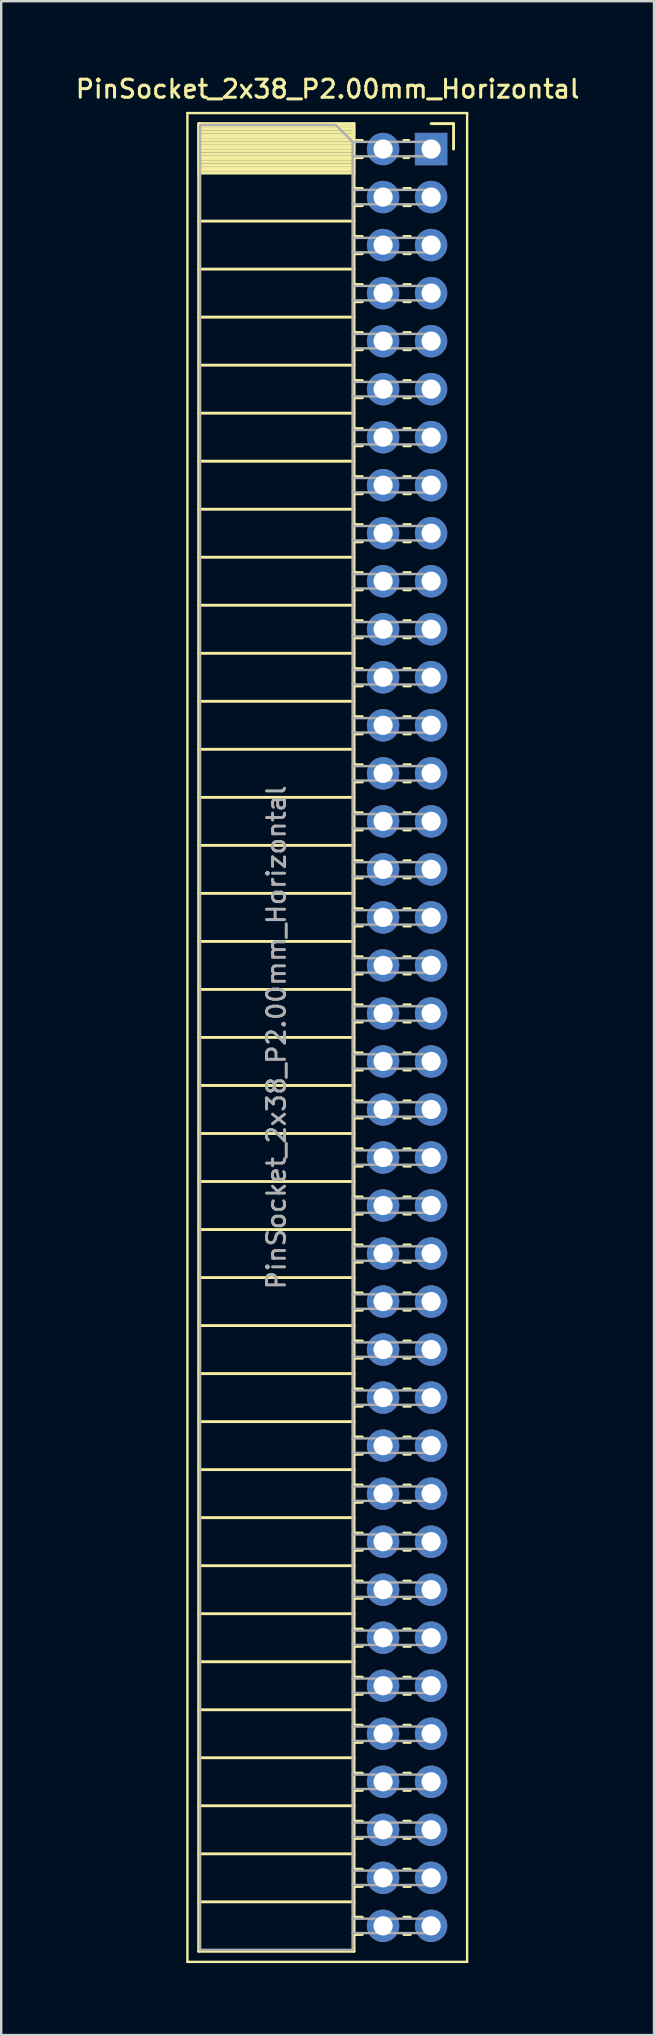
<source format=kicad_pcb>
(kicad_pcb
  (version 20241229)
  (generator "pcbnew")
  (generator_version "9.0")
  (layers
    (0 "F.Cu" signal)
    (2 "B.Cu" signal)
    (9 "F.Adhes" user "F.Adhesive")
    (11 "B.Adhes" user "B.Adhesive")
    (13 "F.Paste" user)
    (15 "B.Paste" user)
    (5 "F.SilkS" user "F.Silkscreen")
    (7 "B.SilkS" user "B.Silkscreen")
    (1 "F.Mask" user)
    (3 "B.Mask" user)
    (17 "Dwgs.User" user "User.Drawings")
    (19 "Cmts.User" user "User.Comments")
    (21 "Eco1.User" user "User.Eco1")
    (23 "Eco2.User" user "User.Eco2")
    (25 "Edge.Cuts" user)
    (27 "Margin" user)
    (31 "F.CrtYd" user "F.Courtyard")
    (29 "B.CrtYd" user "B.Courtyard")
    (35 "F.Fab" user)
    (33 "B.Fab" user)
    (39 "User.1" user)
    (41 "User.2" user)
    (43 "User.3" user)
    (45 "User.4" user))
  (footprint "PinSocket_2x38_P2.00mm_Horizontal"
    (layer "F.Cu")
    (at 14.905 3.158)
    (property "Reference" "PinSocket_2x38_P2.00mm_Horizontal" (at -4.31 -2.5 0) (layer "F.SilkS") (effects (font (size 0.75 0.75) (thickness 0.125))))
    (attr through_hole)
    (fp_line (start -10.15 -1.5) (end -10.15 75.5) (stroke (width 0.1) (type solid)) (layer "F.SilkS"))
    (fp_line (start -10.15 75.5) (end 1.5 75.5) (stroke (width 0.1) (type solid)) (layer "F.SilkS"))
    (fp_line (start -9.68 -1.06) (end -9.68 75.06) (stroke (width 0.12) (type solid)) (layer "F.SilkS"))
    (fp_line (start -9.68 -1.06) (end -3.21 -1.06) (stroke (width 0.12) (type solid)) (layer "F.SilkS"))
    (fp_line (start -9.68 -0.94) (end -3.21 -0.94) (stroke (width 0.12) (type solid)) (layer "F.SilkS"))
    (fp_line (start -9.68 -0.826) (end -3.21 -0.826) (stroke (width 0.12) (type solid)) (layer "F.SilkS"))
    (fp_line (start -9.68 -0.712) (end -3.21 -0.712) (stroke (width 0.12) (type solid)) (layer "F.SilkS"))
    (fp_line (start -9.68 -0.598) (end -3.21 -0.598) (stroke (width 0.12) (type solid)) (layer "F.SilkS"))
    (fp_line (start -9.68 -0.484) (end -3.21 -0.484) (stroke (width 0.12) (type solid)) (layer "F.SilkS"))
    (fp_line (start -9.68 -0.369) (end -3.21 -0.369) (stroke (width 0.12) (type solid)) (layer "F.SilkS"))
    (fp_line (start -9.68 -0.255) (end -3.21 -0.255) (stroke (width 0.12) (type solid)) (layer "F.SilkS"))
    (fp_line (start -9.68 -0.141) (end -3.21 -0.141) (stroke (width 0.12) (type solid)) (layer "F.SilkS"))
    (fp_line (start -9.68 -0.027) (end -3.21 -0.027) (stroke (width 0.12) (type solid)) (layer "F.SilkS"))
    (fp_line (start -9.68 0.087) (end -3.21 0.087) (stroke (width 0.12) (type solid)) (layer "F.SilkS"))
    (fp_line (start -9.68 0.201) (end -3.21 0.201) (stroke (width 0.12) (type solid)) (layer "F.SilkS"))
    (fp_line (start -9.68 0.315) (end -3.21 0.315) (stroke (width 0.12) (type solid)) (layer "F.SilkS"))
    (fp_line (start -9.68 0.429) (end -3.21 0.429) (stroke (width 0.12) (type solid)) (layer "F.SilkS"))
    (fp_line (start -9.68 0.544) (end -3.21 0.544) (stroke (width 0.12) (type solid)) (layer "F.SilkS"))
    (fp_line (start -9.68 0.658) (end -3.21 0.658) (stroke (width 0.12) (type solid)) (layer "F.SilkS"))
    (fp_line (start -9.68 0.772) (end -3.21 0.772) (stroke (width 0.12) (type solid)) (layer "F.SilkS"))
    (fp_line (start -9.68 0.886) (end -3.21 0.886) (stroke (width 0.12) (type solid)) (layer "F.SilkS"))
    (fp_line (start -9.68 1) (end -3.21 1) (stroke (width 0.12) (type solid)) (layer "F.SilkS"))
    (fp_line (start -9.68 3) (end -3.21 3) (stroke (width 0.12) (type solid)) (layer "F.SilkS"))
    (fp_line (start -9.68 5) (end -3.21 5) (stroke (width 0.12) (type solid)) (layer "F.SilkS"))
    (fp_line (start -9.68 7) (end -3.21 7) (stroke (width 0.12) (type solid)) (layer "F.SilkS"))
    (fp_line (start -9.68 9) (end -3.21 9) (stroke (width 0.12) (type solid)) (layer "F.SilkS"))
    (fp_line (start -9.68 11) (end -3.21 11) (stroke (width 0.12) (type solid)) (layer "F.SilkS"))
    (fp_line (start -9.68 13) (end -3.21 13) (stroke (width 0.12) (type solid)) (layer "F.SilkS"))
    (fp_line (start -9.68 15) (end -3.21 15) (stroke (width 0.12) (type solid)) (layer "F.SilkS"))
    (fp_line (start -9.68 17) (end -3.21 17) (stroke (width 0.12) (type solid)) (layer "F.SilkS"))
    (fp_line (start -9.68 19) (end -3.21 19) (stroke (width 0.12) (type solid)) (layer "F.SilkS"))
    (fp_line (start -9.68 21) (end -3.21 21) (stroke (width 0.12) (type solid)) (layer "F.SilkS"))
    (fp_line (start -9.68 23) (end -3.21 23) (stroke (width 0.12) (type solid)) (layer "F.SilkS"))
    (fp_line (start -9.68 25) (end -3.21 25) (stroke (width 0.12) (type solid)) (layer "F.SilkS"))
    (fp_line (start -9.68 27) (end -3.21 27) (stroke (width 0.12) (type solid)) (layer "F.SilkS"))
    (fp_line (start -9.68 29) (end -3.21 29) (stroke (width 0.12) (type solid)) (layer "F.SilkS"))
    (fp_line (start -9.68 31) (end -3.21 31) (stroke (width 0.12) (type solid)) (layer "F.SilkS"))
    (fp_line (start -9.68 33) (end -3.21 33) (stroke (width 0.12) (type solid)) (layer "F.SilkS"))
    (fp_line (start -9.68 35) (end -3.21 35) (stroke (width 0.12) (type solid)) (layer "F.SilkS"))
    (fp_line (start -9.68 37) (end -3.21 37) (stroke (width 0.12) (type solid)) (layer "F.SilkS"))
    (fp_line (start -9.68 39) (end -3.21 39) (stroke (width 0.12) (type solid)) (layer "F.SilkS"))
    (fp_line (start -9.68 41) (end -3.21 41) (stroke (width 0.12) (type solid)) (layer "F.SilkS"))
    (fp_line (start -9.68 43) (end -3.21 43) (stroke (width 0.12) (type solid)) (layer "F.SilkS"))
    (fp_line (start -9.68 45) (end -3.21 45) (stroke (width 0.12) (type solid)) (layer "F.SilkS"))
    (fp_line (start -9.68 47) (end -3.21 47) (stroke (width 0.12) (type solid)) (layer "F.SilkS"))
    (fp_line (start -9.68 49) (end -3.21 49) (stroke (width 0.12) (type solid)) (layer "F.SilkS"))
    (fp_line (start -9.68 51) (end -3.21 51) (stroke (width 0.12) (type solid)) (layer "F.SilkS"))
    (fp_line (start -9.68 53) (end -3.21 53) (stroke (width 0.12) (type solid)) (layer "F.SilkS"))
    (fp_line (start -9.68 55) (end -3.21 55) (stroke (width 0.12) (type solid)) (layer "F.SilkS"))
    (fp_line (start -9.68 57) (end -3.21 57) (stroke (width 0.12) (type solid)) (layer "F.SilkS"))
    (fp_line (start -9.68 59) (end -3.21 59) (stroke (width 0.12) (type solid)) (layer "F.SilkS"))
    (fp_line (start -9.68 61) (end -3.21 61) (stroke (width 0.12) (type solid)) (layer "F.SilkS"))
    (fp_line (start -9.68 63) (end -3.21 63) (stroke (width 0.12) (type solid)) (layer "F.SilkS"))
    (fp_line (start -9.68 65) (end -3.21 65) (stroke (width 0.12) (type solid)) (layer "F.SilkS"))
    (fp_line (start -9.68 67) (end -3.21 67) (stroke (width 0.12) (type solid)) (layer "F.SilkS"))
    (fp_line (start -9.68 69) (end -3.21 69) (stroke (width 0.12) (type solid)) (layer "F.SilkS"))
    (fp_line (start -9.68 71) (end -3.21 71) (stroke (width 0.12) (type solid)) (layer "F.SilkS"))
    (fp_line (start -9.68 73) (end -3.21 73) (stroke (width 0.12) (type solid)) (layer "F.SilkS"))
    (fp_line (start -9.68 75.06) (end -3.21 75.06) (stroke (width 0.12) (type solid)) (layer "F.SilkS"))
    (fp_line (start -3.21 -1.06) (end -3.21 75.06) (stroke (width 0.12) (type solid)) (layer "F.SilkS"))
    (fp_line (start -3.21 -0.36) (end -2.863 -0.36) (stroke (width 0.12) (type solid)) (layer "F.SilkS"))
    (fp_line (start -3.21 0.36) (end -2.863 0.36) (stroke (width 0.12) (type solid)) (layer "F.SilkS"))
    (fp_line (start -3.21 1.64) (end -2.863 1.64) (stroke (width 0.12) (type solid)) (layer "F.SilkS"))
    (fp_line (start -3.21 2.36) (end -2.863 2.36) (stroke (width 0.12) (type solid)) (layer "F.SilkS"))
    (fp_line (start -3.21 3.64) (end -2.863 3.64) (stroke (width 0.12) (type solid)) (layer "F.SilkS"))
    (fp_line (start -3.21 4.36) (end -2.863 4.36) (stroke (width 0.12) (type solid)) (layer "F.SilkS"))
    (fp_line (start -3.21 5.64) (end -2.863 5.64) (stroke (width 0.12) (type solid)) (layer "F.SilkS"))
    (fp_line (start -3.21 6.36) (end -2.863 6.36) (stroke (width 0.12) (type solid)) (layer "F.SilkS"))
    (fp_line (start -3.21 7.64) (end -2.863 7.64) (stroke (width 0.12) (type solid)) (layer "F.SilkS"))
    (fp_line (start -3.21 8.36) (end -2.863 8.36) (stroke (width 0.12) (type solid)) (layer "F.SilkS"))
    (fp_line (start -3.21 9.64) (end -2.863 9.64) (stroke (width 0.12) (type solid)) (layer "F.SilkS"))
    (fp_line (start -3.21 10.36) (end -2.863 10.36) (stroke (width 0.12) (type solid)) (layer "F.SilkS"))
    (fp_line (start -3.21 11.64) (end -2.863 11.64) (stroke (width 0.12) (type solid)) (layer "F.SilkS"))
    (fp_line (start -3.21 12.36) (end -2.863 12.36) (stroke (width 0.12) (type solid)) (layer "F.SilkS"))
    (fp_line (start -3.21 13.64) (end -2.863 13.64) (stroke (width 0.12) (type solid)) (layer "F.SilkS"))
    (fp_line (start -3.21 14.36) (end -2.863 14.36) (stroke (width 0.12) (type solid)) (layer "F.SilkS"))
    (fp_line (start -3.21 15.64) (end -2.863 15.64) (stroke (width 0.12) (type solid)) (layer "F.SilkS"))
    (fp_line (start -3.21 16.36) (end -2.863 16.36) (stroke (width 0.12) (type solid)) (layer "F.SilkS"))
    (fp_line (start -3.21 17.64) (end -2.863 17.64) (stroke (width 0.12) (type solid)) (layer "F.SilkS"))
    (fp_line (start -3.21 18.36) (end -2.863 18.36) (stroke (width 0.12) (type solid)) (layer "F.SilkS"))
    (fp_line (start -3.21 19.64) (end -2.863 19.64) (stroke (width 0.12) (type solid)) (layer "F.SilkS"))
    (fp_line (start -3.21 20.36) (end -2.863 20.36) (stroke (width 0.12) (type solid)) (layer "F.SilkS"))
    (fp_line (start -3.21 21.64) (end -2.863 21.64) (stroke (width 0.12) (type solid)) (layer "F.SilkS"))
    (fp_line (start -3.21 22.36) (end -2.863 22.36) (stroke (width 0.12) (type solid)) (layer "F.SilkS"))
    (fp_line (start -3.21 23.64) (end -2.863 23.64) (stroke (width 0.12) (type solid)) (layer "F.SilkS"))
    (fp_line (start -3.21 24.36) (end -2.863 24.36) (stroke (width 0.12) (type solid)) (layer "F.SilkS"))
    (fp_line (start -3.21 25.64) (end -2.863 25.64) (stroke (width 0.12) (type solid)) (layer "F.SilkS"))
    (fp_line (start -3.21 26.36) (end -2.863 26.36) (stroke (width 0.12) (type solid)) (layer "F.SilkS"))
    (fp_line (start -3.21 27.64) (end -2.863 27.64) (stroke (width 0.12) (type solid)) (layer "F.SilkS"))
    (fp_line (start -3.21 28.36) (end -2.863 28.36) (stroke (width 0.12) (type solid)) (layer "F.SilkS"))
    (fp_line (start -3.21 29.64) (end -2.863 29.64) (stroke (width 0.12) (type solid)) (layer "F.SilkS"))
    (fp_line (start -3.21 30.36) (end -2.863 30.36) (stroke (width 0.12) (type solid)) (layer "F.SilkS"))
    (fp_line (start -3.21 31.64) (end -2.863 31.64) (stroke (width 0.12) (type solid)) (layer "F.SilkS"))
    (fp_line (start -3.21 32.36) (end -2.863 32.36) (stroke (width 0.12) (type solid)) (layer "F.SilkS"))
    (fp_line (start -3.21 33.64) (end -2.863 33.64) (stroke (width 0.12) (type solid)) (layer "F.SilkS"))
    (fp_line (start -3.21 34.36) (end -2.863 34.36) (stroke (width 0.12) (type solid)) (layer "F.SilkS"))
    (fp_line (start -3.21 35.64) (end -2.863 35.64) (stroke (width 0.12) (type solid)) (layer "F.SilkS"))
    (fp_line (start -3.21 36.36) (end -2.863 36.36) (stroke (width 0.12) (type solid)) (layer "F.SilkS"))
    (fp_line (start -3.21 37.64) (end -2.863 37.64) (stroke (width 0.12) (type solid)) (layer "F.SilkS"))
    (fp_line (start -3.21 38.36) (end -2.863 38.36) (stroke (width 0.12) (type solid)) (layer "F.SilkS"))
    (fp_line (start -3.21 39.64) (end -2.863 39.64) (stroke (width 0.12) (type solid)) (layer "F.SilkS"))
    (fp_line (start -3.21 40.36) (end -2.863 40.36) (stroke (width 0.12) (type solid)) (layer "F.SilkS"))
    (fp_line (start -3.21 41.64) (end -2.863 41.64) (stroke (width 0.12) (type solid)) (layer "F.SilkS"))
    (fp_line (start -3.21 42.36) (end -2.863 42.36) (stroke (width 0.12) (type solid)) (layer "F.SilkS"))
    (fp_line (start -3.21 43.64) (end -2.863 43.64) (stroke (width 0.12) (type solid)) (layer "F.SilkS"))
    (fp_line (start -3.21 44.36) (end -2.863 44.36) (stroke (width 0.12) (type solid)) (layer "F.SilkS"))
    (fp_line (start -3.21 45.64) (end -2.863 45.64) (stroke (width 0.12) (type solid)) (layer "F.SilkS"))
    (fp_line (start -3.21 46.36) (end -2.863 46.36) (stroke (width 0.12) (type solid)) (layer "F.SilkS"))
    (fp_line (start -3.21 47.64) (end -2.863 47.64) (stroke (width 0.12) (type solid)) (layer "F.SilkS"))
    (fp_line (start -3.21 48.36) (end -2.863 48.36) (stroke (width 0.12) (type solid)) (layer "F.SilkS"))
    (fp_line (start -3.21 49.64) (end -2.863 49.64) (stroke (width 0.12) (type solid)) (layer "F.SilkS"))
    (fp_line (start -3.21 50.36) (end -2.863 50.36) (stroke (width 0.12) (type solid)) (layer "F.SilkS"))
    (fp_line (start -3.21 51.64) (end -2.863 51.64) (stroke (width 0.12) (type solid)) (layer "F.SilkS"))
    (fp_line (start -3.21 52.36) (end -2.863 52.36) (stroke (width 0.12) (type solid)) (layer "F.SilkS"))
    (fp_line (start -3.21 53.64) (end -2.863 53.64) (stroke (width 0.12) (type solid)) (layer "F.SilkS"))
    (fp_line (start -3.21 54.36) (end -2.863 54.36) (stroke (width 0.12) (type solid)) (layer "F.SilkS"))
    (fp_line (start -3.21 55.64) (end -2.863 55.64) (stroke (width 0.12) (type solid)) (layer "F.SilkS"))
    (fp_line (start -3.21 56.36) (end -2.863 56.36) (stroke (width 0.12) (type solid)) (layer "F.SilkS"))
    (fp_line (start -3.21 57.64) (end -2.863 57.64) (stroke (width 0.12) (type solid)) (layer "F.SilkS"))
    (fp_line (start -3.21 58.36) (end -2.863 58.36) (stroke (width 0.12) (type solid)) (layer "F.SilkS"))
    (fp_line (start -3.21 59.64) (end -2.863 59.64) (stroke (width 0.12) (type solid)) (layer "F.SilkS"))
    (fp_line (start -3.21 60.36) (end -2.863 60.36) (stroke (width 0.12) (type solid)) (layer "F.SilkS"))
    (fp_line (start -3.21 61.64) (end -2.863 61.64) (stroke (width 0.12) (type solid)) (layer "F.SilkS"))
    (fp_line (start -3.21 62.36) (end -2.863 62.36) (stroke (width 0.12) (type solid)) (layer "F.SilkS"))
    (fp_line (start -3.21 63.64) (end -2.863 63.64) (stroke (width 0.12) (type solid)) (layer "F.SilkS"))
    (fp_line (start -3.21 64.36) (end -2.863 64.36) (stroke (width 0.12) (type solid)) (layer "F.SilkS"))
    (fp_line (start -3.21 65.64) (end -2.863 65.64) (stroke (width 0.12) (type solid)) (layer "F.SilkS"))
    (fp_line (start -3.21 66.36) (end -2.863 66.36) (stroke (width 0.12) (type solid)) (layer "F.SilkS"))
    (fp_line (start -3.21 67.64) (end -2.863 67.64) (stroke (width 0.12) (type solid)) (layer "F.SilkS"))
    (fp_line (start -3.21 68.36) (end -2.863 68.36) (stroke (width 0.12) (type solid)) (layer "F.SilkS"))
    (fp_line (start -3.21 69.64) (end -2.863 69.64) (stroke (width 0.12) (type solid)) (layer "F.SilkS"))
    (fp_line (start -3.21 70.36) (end -2.863 70.36) (stroke (width 0.12) (type solid)) (layer "F.SilkS"))
    (fp_line (start -3.21 71.64) (end -2.863 71.64) (stroke (width 0.12) (type solid)) (layer "F.SilkS"))
    (fp_line (start -3.21 72.36) (end -2.863 72.36) (stroke (width 0.12) (type solid)) (layer "F.SilkS"))
    (fp_line (start -3.21 73.64) (end -2.863 73.64) (stroke (width 0.12) (type solid)) (layer "F.SilkS"))
    (fp_line (start -3.21 74.36) (end -2.863 74.36) (stroke (width 0.12) (type solid)) (layer "F.SilkS"))
    (fp_line (start -1.137 -0.36) (end -0.935 -0.36) (stroke (width 0.12) (type solid)) (layer "F.SilkS"))
    (fp_line (start -1.137 0.36) (end -0.935 0.36) (stroke (width 0.12) (type solid)) (layer "F.SilkS"))
    (fp_line (start -1.137 1.64) (end -0.863 1.64) (stroke (width 0.12) (type solid)) (layer "F.SilkS"))
    (fp_line (start -1.137 2.36) (end -0.863 2.36) (stroke (width 0.12) (type solid)) (layer "F.SilkS"))
    (fp_line (start -1.137 3.64) (end -0.863 3.64) (stroke (width 0.12) (type solid)) (layer "F.SilkS"))
    (fp_line (start -1.137 4.36) (end -0.863 4.36) (stroke (width 0.12) (type solid)) (layer "F.SilkS"))
    (fp_line (start -1.137 5.64) (end -0.863 5.64) (stroke (width 0.12) (type solid)) (layer "F.SilkS"))
    (fp_line (start -1.137 6.36) (end -0.863 6.36) (stroke (width 0.12) (type solid)) (layer "F.SilkS"))
    (fp_line (start -1.137 7.64) (end -0.863 7.64) (stroke (width 0.12) (type solid)) (layer "F.SilkS"))
    (fp_line (start -1.137 8.36) (end -0.863 8.36) (stroke (width 0.12) (type solid)) (layer "F.SilkS"))
    (fp_line (start -1.137 9.64) (end -0.863 9.64) (stroke (width 0.12) (type solid)) (layer "F.SilkS"))
    (fp_line (start -1.137 10.36) (end -0.863 10.36) (stroke (width 0.12) (type solid)) (layer "F.SilkS"))
    (fp_line (start -1.137 11.64) (end -0.863 11.64) (stroke (width 0.12) (type solid)) (layer "F.SilkS"))
    (fp_line (start -1.137 12.36) (end -0.863 12.36) (stroke (width 0.12) (type solid)) (layer "F.SilkS"))
    (fp_line (start -1.137 13.64) (end -0.863 13.64) (stroke (width 0.12) (type solid)) (layer "F.SilkS"))
    (fp_line (start -1.137 14.36) (end -0.863 14.36) (stroke (width 0.12) (type solid)) (layer "F.SilkS"))
    (fp_line (start -1.137 15.64) (end -0.863 15.64) (stroke (width 0.12) (type solid)) (layer "F.SilkS"))
    (fp_line (start -1.137 16.36) (end -0.863 16.36) (stroke (width 0.12) (type solid)) (layer "F.SilkS"))
    (fp_line (start -1.137 17.64) (end -0.863 17.64) (stroke (width 0.12) (type solid)) (layer "F.SilkS"))
    (fp_line (start -1.137 18.36) (end -0.863 18.36) (stroke (width 0.12) (type solid)) (layer "F.SilkS"))
    (fp_line (start -1.137 19.64) (end -0.863 19.64) (stroke (width 0.12) (type solid)) (layer "F.SilkS"))
    (fp_line (start -1.137 20.36) (end -0.863 20.36) (stroke (width 0.12) (type solid)) (layer "F.SilkS"))
    (fp_line (start -1.137 21.64) (end -0.863 21.64) (stroke (width 0.12) (type solid)) (layer "F.SilkS"))
    (fp_line (start -1.137 22.36) (end -0.863 22.36) (stroke (width 0.12) (type solid)) (layer "F.SilkS"))
    (fp_line (start -1.137 23.64) (end -0.863 23.64) (stroke (width 0.12) (type solid)) (layer "F.SilkS"))
    (fp_line (start -1.137 24.36) (end -0.863 24.36) (stroke (width 0.12) (type solid)) (layer "F.SilkS"))
    (fp_line (start -1.137 25.64) (end -0.863 25.64) (stroke (width 0.12) (type solid)) (layer "F.SilkS"))
    (fp_line (start -1.137 26.36) (end -0.863 26.36) (stroke (width 0.12) (type solid)) (layer "F.SilkS"))
    (fp_line (start -1.137 27.64) (end -0.863 27.64) (stroke (width 0.12) (type solid)) (layer "F.SilkS"))
    (fp_line (start -1.137 28.36) (end -0.863 28.36) (stroke (width 0.12) (type solid)) (layer "F.SilkS"))
    (fp_line (start -1.137 29.64) (end -0.863 29.64) (stroke (width 0.12) (type solid)) (layer "F.SilkS"))
    (fp_line (start -1.137 30.36) (end -0.863 30.36) (stroke (width 0.12) (type solid)) (layer "F.SilkS"))
    (fp_line (start -1.137 31.64) (end -0.863 31.64) (stroke (width 0.12) (type solid)) (layer "F.SilkS"))
    (fp_line (start -1.137 32.36) (end -0.863 32.36) (stroke (width 0.12) (type solid)) (layer "F.SilkS"))
    (fp_line (start -1.137 33.64) (end -0.863 33.64) (stroke (width 0.12) (type solid)) (layer "F.SilkS"))
    (fp_line (start -1.137 34.36) (end -0.863 34.36) (stroke (width 0.12) (type solid)) (layer "F.SilkS"))
    (fp_line (start -1.137 35.64) (end -0.863 35.64) (stroke (width 0.12) (type solid)) (layer "F.SilkS"))
    (fp_line (start -1.137 36.36) (end -0.863 36.36) (stroke (width 0.12) (type solid)) (layer "F.SilkS"))
    (fp_line (start -1.137 37.64) (end -0.863 37.64) (stroke (width 0.12) (type solid)) (layer "F.SilkS"))
    (fp_line (start -1.137 38.36) (end -0.863 38.36) (stroke (width 0.12) (type solid)) (layer "F.SilkS"))
    (fp_line (start -1.137 39.64) (end -0.863 39.64) (stroke (width 0.12) (type solid)) (layer "F.SilkS"))
    (fp_line (start -1.137 40.36) (end -0.863 40.36) (stroke (width 0.12) (type solid)) (layer "F.SilkS"))
    (fp_line (start -1.137 41.64) (end -0.863 41.64) (stroke (width 0.12) (type solid)) (layer "F.SilkS"))
    (fp_line (start -1.137 42.36) (end -0.863 42.36) (stroke (width 0.12) (type solid)) (layer "F.SilkS"))
    (fp_line (start -1.137 43.64) (end -0.863 43.64) (stroke (width 0.12) (type solid)) (layer "F.SilkS"))
    (fp_line (start -1.137 44.36) (end -0.863 44.36) (stroke (width 0.12) (type solid)) (layer "F.SilkS"))
    (fp_line (start -1.137 45.64) (end -0.863 45.64) (stroke (width 0.12) (type solid)) (layer "F.SilkS"))
    (fp_line (start -1.137 46.36) (end -0.863 46.36) (stroke (width 0.12) (type solid)) (layer "F.SilkS"))
    (fp_line (start -1.137 47.64) (end -0.863 47.64) (stroke (width 0.12) (type solid)) (layer "F.SilkS"))
    (fp_line (start -1.137 48.36) (end -0.863 48.36) (stroke (width 0.12) (type solid)) (layer "F.SilkS"))
    (fp_line (start -1.137 49.64) (end -0.863 49.64) (stroke (width 0.12) (type solid)) (layer "F.SilkS"))
    (fp_line (start -1.137 50.36) (end -0.863 50.36) (stroke (width 0.12) (type solid)) (layer "F.SilkS"))
    (fp_line (start -1.137 51.64) (end -0.863 51.64) (stroke (width 0.12) (type solid)) (layer "F.SilkS"))
    (fp_line (start -1.137 52.36) (end -0.863 52.36) (stroke (width 0.12) (type solid)) (layer "F.SilkS"))
    (fp_line (start -1.137 53.64) (end -0.863 53.64) (stroke (width 0.12) (type solid)) (layer "F.SilkS"))
    (fp_line (start -1.137 54.36) (end -0.863 54.36) (stroke (width 0.12) (type solid)) (layer "F.SilkS"))
    (fp_line (start -1.137 55.64) (end -0.863 55.64) (stroke (width 0.12) (type solid)) (layer "F.SilkS"))
    (fp_line (start -1.137 56.36) (end -0.863 56.36) (stroke (width 0.12) (type solid)) (layer "F.SilkS"))
    (fp_line (start -1.137 57.64) (end -0.863 57.64) (stroke (width 0.12) (type solid)) (layer "F.SilkS"))
    (fp_line (start -1.137 58.36) (end -0.863 58.36) (stroke (width 0.12) (type solid)) (layer "F.SilkS"))
    (fp_line (start -1.137 59.64) (end -0.863 59.64) (stroke (width 0.12) (type solid)) (layer "F.SilkS"))
    (fp_line (start -1.137 60.36) (end -0.863 60.36) (stroke (width 0.12) (type solid)) (layer "F.SilkS"))
    (fp_line (start -1.137 61.64) (end -0.863 61.64) (stroke (width 0.12) (type solid)) (layer "F.SilkS"))
    (fp_line (start -1.137 62.36) (end -0.863 62.36) (stroke (width 0.12) (type solid)) (layer "F.SilkS"))
    (fp_line (start -1.137 63.64) (end -0.863 63.64) (stroke (width 0.12) (type solid)) (layer "F.SilkS"))
    (fp_line (start -1.137 64.36) (end -0.863 64.36) (stroke (width 0.12) (type solid)) (layer "F.SilkS"))
    (fp_line (start -1.137 65.64) (end -0.863 65.64) (stroke (width 0.12) (type solid)) (layer "F.SilkS"))
    (fp_line (start -1.137 66.36) (end -0.863 66.36) (stroke (width 0.12) (type solid)) (layer "F.SilkS"))
    (fp_line (start -1.137 67.64) (end -0.863 67.64) (stroke (width 0.12) (type solid)) (layer "F.SilkS"))
    (fp_line (start -1.137 68.36) (end -0.863 68.36) (stroke (width 0.12) (type solid)) (layer "F.SilkS"))
    (fp_line (start -1.137 69.64) (end -0.863 69.64) (stroke (width 0.12) (type solid)) (layer "F.SilkS"))
    (fp_line (start -1.137 70.36) (end -0.863 70.36) (stroke (width 0.12) (type solid)) (layer "F.SilkS"))
    (fp_line (start -1.137 71.64) (end -0.863 71.64) (stroke (width 0.12) (type solid)) (layer "F.SilkS"))
    (fp_line (start -1.137 72.36) (end -0.863 72.36) (stroke (width 0.12) (type solid)) (layer "F.SilkS"))
    (fp_line (start -1.137 73.64) (end -0.863 73.64) (stroke (width 0.12) (type solid)) (layer "F.SilkS"))
    (fp_line (start -1.137 74.36) (end -0.863 74.36) (stroke (width 0.12) (type solid)) (layer "F.SilkS"))
    (fp_line (start 0 -1.06) (end 0.935 -1.06) (stroke (width 0.12) (type solid)) (layer "F.SilkS"))
    (fp_line (start 0.935 -1.06) (end 0.935 0) (stroke (width 0.12) (type solid)) (layer "F.SilkS"))
    (fp_line (start 1.5 -1.5) (end -10.15 -1.5) (stroke (width 0.1) (type solid)) (layer "F.SilkS"))
    (fp_line (start 1.5 75.5) (end 1.5 -1.5) (stroke (width 0.1) (type solid)) (layer "F.SilkS"))
    (fp_line (start -9.62 -1) (end -3.97 -1) (stroke (width 0.1) (type solid)) (layer "F.Fab"))
    (fp_line (start -9.62 75) (end -9.62 -1) (stroke (width 0.1) (type solid)) (layer "F.Fab"))
    (fp_line (start -3.97 -1) (end -3.27 -0.3) (stroke (width 0.1) (type solid)) (layer "F.Fab"))
    (fp_line (start -3.27 -0.3) (end -3.27 75) (stroke (width 0.1) (type solid)) (layer "F.Fab"))
    (fp_line (start -3.27 0.3) (end 0 0.3) (stroke (width 0.1) (type solid)) (layer "F.Fab"))
    (fp_line (start -3.27 2.3) (end 0 2.3) (stroke (width 0.1) (type solid)) (layer "F.Fab"))
    (fp_line (start -3.27 4.3) (end 0 4.3) (stroke (width 0.1) (type solid)) (layer "F.Fab"))
    (fp_line (start -3.27 6.3) (end 0 6.3) (stroke (width 0.1) (type solid)) (layer "F.Fab"))
    (fp_line (start -3.27 8.3) (end 0 8.3) (stroke (width 0.1) (type solid)) (layer "F.Fab"))
    (fp_line (start -3.27 10.3) (end 0 10.3) (stroke (width 0.1) (type solid)) (layer "F.Fab"))
    (fp_line (start -3.27 12.3) (end 0 12.3) (stroke (width 0.1) (type solid)) (layer "F.Fab"))
    (fp_line (start -3.27 14.3) (end 0 14.3) (stroke (width 0.1) (type solid)) (layer "F.Fab"))
    (fp_line (start -3.27 16.3) (end 0 16.3) (stroke (width 0.1) (type solid)) (layer "F.Fab"))
    (fp_line (start -3.27 18.3) (end 0 18.3) (stroke (width 0.1) (type solid)) (layer "F.Fab"))
    (fp_line (start -3.27 20.3) (end 0 20.3) (stroke (width 0.1) (type solid)) (layer "F.Fab"))
    (fp_line (start -3.27 22.3) (end 0 22.3) (stroke (width 0.1) (type solid)) (layer "F.Fab"))
    (fp_line (start -3.27 24.3) (end 0 24.3) (stroke (width 0.1) (type solid)) (layer "F.Fab"))
    (fp_line (start -3.27 26.3) (end 0 26.3) (stroke (width 0.1) (type solid)) (layer "F.Fab"))
    (fp_line (start -3.27 28.3) (end 0 28.3) (stroke (width 0.1) (type solid)) (layer "F.Fab"))
    (fp_line (start -3.27 30.3) (end 0 30.3) (stroke (width 0.1) (type solid)) (layer "F.Fab"))
    (fp_line (start -3.27 32.3) (end 0 32.3) (stroke (width 0.1) (type solid)) (layer "F.Fab"))
    (fp_line (start -3.27 34.3) (end 0 34.3) (stroke (width 0.1) (type solid)) (layer "F.Fab"))
    (fp_line (start -3.27 36.3) (end 0 36.3) (stroke (width 0.1) (type solid)) (layer "F.Fab"))
    (fp_line (start -3.27 38.3) (end 0 38.3) (stroke (width 0.1) (type solid)) (layer "F.Fab"))
    (fp_line (start -3.27 40.3) (end 0 40.3) (stroke (width 0.1) (type solid)) (layer "F.Fab"))
    (fp_line (start -3.27 42.3) (end 0 42.3) (stroke (width 0.1) (type solid)) (layer "F.Fab"))
    (fp_line (start -3.27 44.3) (end 0 44.3) (stroke (width 0.1) (type solid)) (layer "F.Fab"))
    (fp_line (start -3.27 46.3) (end 0 46.3) (stroke (width 0.1) (type solid)) (layer "F.Fab"))
    (fp_line (start -3.27 48.3) (end 0 48.3) (stroke (width 0.1) (type solid)) (layer "F.Fab"))
    (fp_line (start -3.27 50.3) (end 0 50.3) (stroke (width 0.1) (type solid)) (layer "F.Fab"))
    (fp_line (start -3.27 52.3) (end 0 52.3) (stroke (width 0.1) (type solid)) (layer "F.Fab"))
    (fp_line (start -3.27 54.3) (end 0 54.3) (stroke (width 0.1) (type solid)) (layer "F.Fab"))
    (fp_line (start -3.27 56.3) (end 0 56.3) (stroke (width 0.1) (type solid)) (layer "F.Fab"))
    (fp_line (start -3.27 58.3) (end 0 58.3) (stroke (width 0.1) (type solid)) (layer "F.Fab"))
    (fp_line (start -3.27 60.3) (end 0 60.3) (stroke (width 0.1) (type solid)) (layer "F.Fab"))
    (fp_line (start -3.27 62.3) (end 0 62.3) (stroke (width 0.1) (type solid)) (layer "F.Fab"))
    (fp_line (start -3.27 64.3) (end 0 64.3) (stroke (width 0.1) (type solid)) (layer "F.Fab"))
    (fp_line (start -3.27 66.3) (end 0 66.3) (stroke (width 0.1) (type solid)) (layer "F.Fab"))
    (fp_line (start -3.27 68.3) (end 0 68.3) (stroke (width 0.1) (type solid)) (layer "F.Fab"))
    (fp_line (start -3.27 70.3) (end 0 70.3) (stroke (width 0.1) (type solid)) (layer "F.Fab"))
    (fp_line (start -3.27 72.3) (end 0 72.3) (stroke (width 0.1) (type solid)) (layer "F.Fab"))
    (fp_line (start -3.27 74.3) (end 0 74.3) (stroke (width 0.1) (type solid)) (layer "F.Fab"))
    (fp_line (start -3.27 75) (end -9.62 75) (stroke (width 0.1) (type solid)) (layer "F.Fab"))
    (fp_line (start 0 -0.3) (end -3.27 -0.3) (stroke (width 0.1) (type solid)) (layer "F.Fab"))
    (fp_line (start 0 0.3) (end 0 -0.3) (stroke (width 0.1) (type solid)) (layer "F.Fab"))
    (fp_line (start 0 1.7) (end -3.27 1.7) (stroke (width 0.1) (type solid)) (layer "F.Fab"))
    (fp_line (start 0 2.3) (end 0 1.7) (stroke (width 0.1) (type solid)) (layer "F.Fab"))
    (fp_line (start 0 3.7) (end -3.27 3.7) (stroke (width 0.1) (type solid)) (layer "F.Fab"))
    (fp_line (start 0 4.3) (end 0 3.7) (stroke (width 0.1) (type solid)) (layer "F.Fab"))
    (fp_line (start 0 5.7) (end -3.27 5.7) (stroke (width 0.1) (type solid)) (layer "F.Fab"))
    (fp_line (start 0 6.3) (end 0 5.7) (stroke (width 0.1) (type solid)) (layer "F.Fab"))
    (fp_line (start 0 7.7) (end -3.27 7.7) (stroke (width 0.1) (type solid)) (layer "F.Fab"))
    (fp_line (start 0 8.3) (end 0 7.7) (stroke (width 0.1) (type solid)) (layer "F.Fab"))
    (fp_line (start 0 9.7) (end -3.27 9.7) (stroke (width 0.1) (type solid)) (layer "F.Fab"))
    (fp_line (start 0 10.3) (end 0 9.7) (stroke (width 0.1) (type solid)) (layer "F.Fab"))
    (fp_line (start 0 11.7) (end -3.27 11.7) (stroke (width 0.1) (type solid)) (layer "F.Fab"))
    (fp_line (start 0 12.3) (end 0 11.7) (stroke (width 0.1) (type solid)) (layer "F.Fab"))
    (fp_line (start 0 13.7) (end -3.27 13.7) (stroke (width 0.1) (type solid)) (layer "F.Fab"))
    (fp_line (start 0 14.3) (end 0 13.7) (stroke (width 0.1) (type solid)) (layer "F.Fab"))
    (fp_line (start 0 15.7) (end -3.27 15.7) (stroke (width 0.1) (type solid)) (layer "F.Fab"))
    (fp_line (start 0 16.3) (end 0 15.7) (stroke (width 0.1) (type solid)) (layer "F.Fab"))
    (fp_line (start 0 17.7) (end -3.27 17.7) (stroke (width 0.1) (type solid)) (layer "F.Fab"))
    (fp_line (start 0 18.3) (end 0 17.7) (stroke (width 0.1) (type solid)) (layer "F.Fab"))
    (fp_line (start 0 19.7) (end -3.27 19.7) (stroke (width 0.1) (type solid)) (layer "F.Fab"))
    (fp_line (start 0 20.3) (end 0 19.7) (stroke (width 0.1) (type solid)) (layer "F.Fab"))
    (fp_line (start 0 21.7) (end -3.27 21.7) (stroke (width 0.1) (type solid)) (layer "F.Fab"))
    (fp_line (start 0 22.3) (end 0 21.7) (stroke (width 0.1) (type solid)) (layer "F.Fab"))
    (fp_line (start 0 23.7) (end -3.27 23.7) (stroke (width 0.1) (type solid)) (layer "F.Fab"))
    (fp_line (start 0 24.3) (end 0 23.7) (stroke (width 0.1) (type solid)) (layer "F.Fab"))
    (fp_line (start 0 25.7) (end -3.27 25.7) (stroke (width 0.1) (type solid)) (layer "F.Fab"))
    (fp_line (start 0 26.3) (end 0 25.7) (stroke (width 0.1) (type solid)) (layer "F.Fab"))
    (fp_line (start 0 27.7) (end -3.27 27.7) (stroke (width 0.1) (type solid)) (layer "F.Fab"))
    (fp_line (start 0 28.3) (end 0 27.7) (stroke (width 0.1) (type solid)) (layer "F.Fab"))
    (fp_line (start 0 29.7) (end -3.27 29.7) (stroke (width 0.1) (type solid)) (layer "F.Fab"))
    (fp_line (start 0 30.3) (end 0 29.7) (stroke (width 0.1) (type solid)) (layer "F.Fab"))
    (fp_line (start 0 31.7) (end -3.27 31.7) (stroke (width 0.1) (type solid)) (layer "F.Fab"))
    (fp_line (start 0 32.3) (end 0 31.7) (stroke (width 0.1) (type solid)) (layer "F.Fab"))
    (fp_line (start 0 33.7) (end -3.27 33.7) (stroke (width 0.1) (type solid)) (layer "F.Fab"))
    (fp_line (start 0 34.3) (end 0 33.7) (stroke (width 0.1) (type solid)) (layer "F.Fab"))
    (fp_line (start 0 35.7) (end -3.27 35.7) (stroke (width 0.1) (type solid)) (layer "F.Fab"))
    (fp_line (start 0 36.3) (end 0 35.7) (stroke (width 0.1) (type solid)) (layer "F.Fab"))
    (fp_line (start 0 37.7) (end -3.27 37.7) (stroke (width 0.1) (type solid)) (layer "F.Fab"))
    (fp_line (start 0 38.3) (end 0 37.7) (stroke (width 0.1) (type solid)) (layer "F.Fab"))
    (fp_line (start 0 39.7) (end -3.27 39.7) (stroke (width 0.1) (type solid)) (layer "F.Fab"))
    (fp_line (start 0 40.3) (end 0 39.7) (stroke (width 0.1) (type solid)) (layer "F.Fab"))
    (fp_line (start 0 41.7) (end -3.27 41.7) (stroke (width 0.1) (type solid)) (layer "F.Fab"))
    (fp_line (start 0 42.3) (end 0 41.7) (stroke (width 0.1) (type solid)) (layer "F.Fab"))
    (fp_line (start 0 43.7) (end -3.27 43.7) (stroke (width 0.1) (type solid)) (layer "F.Fab"))
    (fp_line (start 0 44.3) (end 0 43.7) (stroke (width 0.1) (type solid)) (layer "F.Fab"))
    (fp_line (start 0 45.7) (end -3.27 45.7) (stroke (width 0.1) (type solid)) (layer "F.Fab"))
    (fp_line (start 0 46.3) (end 0 45.7) (stroke (width 0.1) (type solid)) (layer "F.Fab"))
    (fp_line (start 0 47.7) (end -3.27 47.7) (stroke (width 0.1) (type solid)) (layer "F.Fab"))
    (fp_line (start 0 48.3) (end 0 47.7) (stroke (width 0.1) (type solid)) (layer "F.Fab"))
    (fp_line (start 0 49.7) (end -3.27 49.7) (stroke (width 0.1) (type solid)) (layer "F.Fab"))
    (fp_line (start 0 50.3) (end 0 49.7) (stroke (width 0.1) (type solid)) (layer "F.Fab"))
    (fp_line (start 0 51.7) (end -3.27 51.7) (stroke (width 0.1) (type solid)) (layer "F.Fab"))
    (fp_line (start 0 52.3) (end 0 51.7) (stroke (width 0.1) (type solid)) (layer "F.Fab"))
    (fp_line (start 0 53.7) (end -3.27 53.7) (stroke (width 0.1) (type solid)) (layer "F.Fab"))
    (fp_line (start 0 54.3) (end 0 53.7) (stroke (width 0.1) (type solid)) (layer "F.Fab"))
    (fp_line (start 0 55.7) (end -3.27 55.7) (stroke (width 0.1) (type solid)) (layer "F.Fab"))
    (fp_line (start 0 56.3) (end 0 55.7) (stroke (width 0.1) (type solid)) (layer "F.Fab"))
    (fp_line (start 0 57.7) (end -3.27 57.7) (stroke (width 0.1) (type solid)) (layer "F.Fab"))
    (fp_line (start 0 58.3) (end 0 57.7) (stroke (width 0.1) (type solid)) (layer "F.Fab"))
    (fp_line (start 0 59.7) (end -3.27 59.7) (stroke (width 0.1) (type solid)) (layer "F.Fab"))
    (fp_line (start 0 60.3) (end 0 59.7) (stroke (width 0.1) (type solid)) (layer "F.Fab"))
    (fp_line (start 0 61.7) (end -3.27 61.7) (stroke (width 0.1) (type solid)) (layer "F.Fab"))
    (fp_line (start 0 62.3) (end 0 61.7) (stroke (width 0.1) (type solid)) (layer "F.Fab"))
    (fp_line (start 0 63.7) (end -3.27 63.7) (stroke (width 0.1) (type solid)) (layer "F.Fab"))
    (fp_line (start 0 64.3) (end 0 63.7) (stroke (width 0.1) (type solid)) (layer "F.Fab"))
    (fp_line (start 0 65.7) (end -3.27 65.7) (stroke (width 0.1) (type solid)) (layer "F.Fab"))
    (fp_line (start 0 66.3) (end 0 65.7) (stroke (width 0.1) (type solid)) (layer "F.Fab"))
    (fp_line (start 0 67.7) (end -3.27 67.7) (stroke (width 0.1) (type solid)) (layer "F.Fab"))
    (fp_line (start 0 68.3) (end 0 67.7) (stroke (width 0.1) (type solid)) (layer "F.Fab"))
    (fp_line (start 0 69.7) (end -3.27 69.7) (stroke (width 0.1) (type solid)) (layer "F.Fab"))
    (fp_line (start 0 70.3) (end 0 69.7) (stroke (width 0.1) (type solid)) (layer "F.Fab"))
    (fp_line (start 0 71.7) (end -3.27 71.7) (stroke (width 0.1) (type solid)) (layer "F.Fab"))
    (fp_line (start 0 72.3) (end 0 71.7) (stroke (width 0.1) (type solid)) (layer "F.Fab"))
    (fp_line (start 0 73.7) (end -3.27 73.7) (stroke (width 0.1) (type solid)) (layer "F.Fab"))
    (fp_line (start 0 74.3) (end 0 73.7) (stroke (width 0.1) (type solid)) (layer "F.Fab"))
    (fp_text user "${REFERENCE}" (at -6.445 37 90) (layer "F.Fab") (effects (font (size 0.75 0.75) (thickness 0.125))))
    (pad "1" thru_hole rect (at 0 0) (size 1.35 1.35) (drill 0.8) (layers "*.Cu" "*.Mask"))
    (pad "2" thru_hole oval (at -2 0) (size 1.35 1.35) (drill 0.8) (layers "*.Cu" "*.Mask"))
    (pad "3" thru_hole oval (at 0 2) (size 1.35 1.35) (drill 0.8) (layers "*.Cu" "*.Mask"))
    (pad "4" thru_hole oval (at -2 2) (size 1.35 1.35) (drill 0.8) (layers "*.Cu" "*.Mask"))
    (pad "5" thru_hole oval (at 0 4) (size 1.35 1.35) (drill 0.8) (layers "*.Cu" "*.Mask"))
    (pad "6" thru_hole oval (at -2 4) (size 1.35 1.35) (drill 0.8) (layers "*.Cu" "*.Mask"))
    (pad "7" thru_hole oval (at 0 6) (size 1.35 1.35) (drill 0.8) (layers "*.Cu" "*.Mask"))
    (pad "8" thru_hole oval (at -2 6) (size 1.35 1.35) (drill 0.8) (layers "*.Cu" "*.Mask"))
    (pad "9" thru_hole oval (at 0 8) (size 1.35 1.35) (drill 0.8) (layers "*.Cu" "*.Mask"))
    (pad "10" thru_hole oval (at -2 8) (size 1.35 1.35) (drill 0.8) (layers "*.Cu" "*.Mask"))
    (pad "11" thru_hole oval (at 0 10) (size 1.35 1.35) (drill 0.8) (layers "*.Cu" "*.Mask"))
    (pad "12" thru_hole oval (at -2 10) (size 1.35 1.35) (drill 0.8) (layers "*.Cu" "*.Mask"))
    (pad "13" thru_hole oval (at 0 12) (size 1.35 1.35) (drill 0.8) (layers "*.Cu" "*.Mask"))
    (pad "14" thru_hole oval (at -2 12) (size 1.35 1.35) (drill 0.8) (layers "*.Cu" "*.Mask"))
    (pad "15" thru_hole oval (at 0 14) (size 1.35 1.35) (drill 0.8) (layers "*.Cu" "*.Mask"))
    (pad "16" thru_hole oval (at -2 14) (size 1.35 1.35) (drill 0.8) (layers "*.Cu" "*.Mask"))
    (pad "17" thru_hole oval (at 0 16) (size 1.35 1.35) (drill 0.8) (layers "*.Cu" "*.Mask"))
    (pad "18" thru_hole oval (at -2 16) (size 1.35 1.35) (drill 0.8) (layers "*.Cu" "*.Mask"))
    (pad "19" thru_hole oval (at 0 18) (size 1.35 1.35) (drill 0.8) (layers "*.Cu" "*.Mask"))
    (pad "20" thru_hole oval (at -2 18) (size 1.35 1.35) (drill 0.8) (layers "*.Cu" "*.Mask"))
    (pad "21" thru_hole oval (at 0 20) (size 1.35 1.35) (drill 0.8) (layers "*.Cu" "*.Mask"))
    (pad "22" thru_hole oval (at -2 20) (size 1.35 1.35) (drill 0.8) (layers "*.Cu" "*.Mask"))
    (pad "23" thru_hole oval (at 0 22) (size 1.35 1.35) (drill 0.8) (layers "*.Cu" "*.Mask"))
    (pad "24" thru_hole oval (at -2 22) (size 1.35 1.35) (drill 0.8) (layers "*.Cu" "*.Mask"))
    (pad "25" thru_hole oval (at 0 24) (size 1.35 1.35) (drill 0.8) (layers "*.Cu" "*.Mask"))
    (pad "26" thru_hole oval (at -2 24) (size 1.35 1.35) (drill 0.8) (layers "*.Cu" "*.Mask"))
    (pad "27" thru_hole oval (at 0 26) (size 1.35 1.35) (drill 0.8) (layers "*.Cu" "*.Mask"))
    (pad "28" thru_hole oval (at -2 26) (size 1.35 1.35) (drill 0.8) (layers "*.Cu" "*.Mask"))
    (pad "29" thru_hole oval (at 0 28) (size 1.35 1.35) (drill 0.8) (layers "*.Cu" "*.Mask"))
    (pad "30" thru_hole oval (at -2 28) (size 1.35 1.35) (drill 0.8) (layers "*.Cu" "*.Mask"))
    (pad "31" thru_hole oval (at 0 30) (size 1.35 1.35) (drill 0.8) (layers "*.Cu" "*.Mask"))
    (pad "32" thru_hole oval (at -2 30) (size 1.35 1.35) (drill 0.8) (layers "*.Cu" "*.Mask"))
    (pad "33" thru_hole oval (at 0 32) (size 1.35 1.35) (drill 0.8) (layers "*.Cu" "*.Mask"))
    (pad "34" thru_hole oval (at -2 32) (size 1.35 1.35) (drill 0.8) (layers "*.Cu" "*.Mask"))
    (pad "35" thru_hole oval (at 0 34) (size 1.35 1.35) (drill 0.8) (layers "*.Cu" "*.Mask"))
    (pad "36" thru_hole oval (at -2 34) (size 1.35 1.35) (drill 0.8) (layers "*.Cu" "*.Mask"))
    (pad "37" thru_hole oval (at 0 36) (size 1.35 1.35) (drill 0.8) (layers "*.Cu" "*.Mask"))
    (pad "38" thru_hole oval (at -2 36) (size 1.35 1.35) (drill 0.8) (layers "*.Cu" "*.Mask"))
    (pad "39" thru_hole oval (at 0 38) (size 1.35 1.35) (drill 0.8) (layers "*.Cu" "*.Mask"))
    (pad "40" thru_hole oval (at -2 38) (size 1.35 1.35) (drill 0.8) (layers "*.Cu" "*.Mask"))
    (pad "41" thru_hole oval (at 0 40) (size 1.35 1.35) (drill 0.8) (layers "*.Cu" "*.Mask"))
    (pad "42" thru_hole oval (at -2 40) (size 1.35 1.35) (drill 0.8) (layers "*.Cu" "*.Mask"))
    (pad "43" thru_hole oval (at 0 42) (size 1.35 1.35) (drill 0.8) (layers "*.Cu" "*.Mask"))
    (pad "44" thru_hole oval (at -2 42) (size 1.35 1.35) (drill 0.8) (layers "*.Cu" "*.Mask"))
    (pad "45" thru_hole oval (at 0 44) (size 1.35 1.35) (drill 0.8) (layers "*.Cu" "*.Mask"))
    (pad "46" thru_hole oval (at -2 44) (size 1.35 1.35) (drill 0.8) (layers "*.Cu" "*.Mask"))
    (pad "47" thru_hole oval (at 0 46) (size 1.35 1.35) (drill 0.8) (layers "*.Cu" "*.Mask"))
    (pad "48" thru_hole oval (at -2 46) (size 1.35 1.35) (drill 0.8) (layers "*.Cu" "*.Mask"))
    (pad "49" thru_hole oval (at 0 48) (size 1.35 1.35) (drill 0.8) (layers "*.Cu" "*.Mask"))
    (pad "50" thru_hole oval (at -2 48) (size 1.35 1.35) (drill 0.8) (layers "*.Cu" "*.Mask"))
    (pad "51" thru_hole oval (at 0 50) (size 1.35 1.35) (drill 0.8) (layers "*.Cu" "*.Mask"))
    (pad "52" thru_hole oval (at -2 50) (size 1.35 1.35) (drill 0.8) (layers "*.Cu" "*.Mask"))
    (pad "53" thru_hole oval (at 0 52) (size 1.35 1.35) (drill 0.8) (layers "*.Cu" "*.Mask"))
    (pad "54" thru_hole oval (at -2 52) (size 1.35 1.35) (drill 0.8) (layers "*.Cu" "*.Mask"))
    (pad "55" thru_hole oval (at 0 54) (size 1.35 1.35) (drill 0.8) (layers "*.Cu" "*.Mask"))
    (pad "56" thru_hole oval (at -2 54) (size 1.35 1.35) (drill 0.8) (layers "*.Cu" "*.Mask"))
    (pad "57" thru_hole oval (at 0 56) (size 1.35 1.35) (drill 0.8) (layers "*.Cu" "*.Mask"))
    (pad "58" thru_hole oval (at -2 56) (size 1.35 1.35) (drill 0.8) (layers "*.Cu" "*.Mask"))
    (pad "59" thru_hole oval (at 0 58) (size 1.35 1.35) (drill 0.8) (layers "*.Cu" "*.Mask"))
    (pad "60" thru_hole oval (at -2 58) (size 1.35 1.35) (drill 0.8) (layers "*.Cu" "*.Mask"))
    (pad "61" thru_hole oval (at 0 60) (size 1.35 1.35) (drill 0.8) (layers "*.Cu" "*.Mask"))
    (pad "62" thru_hole oval (at -2 60) (size 1.35 1.35) (drill 0.8) (layers "*.Cu" "*.Mask"))
    (pad "63" thru_hole oval (at 0 62) (size 1.35 1.35) (drill 0.8) (layers "*.Cu" "*.Mask"))
    (pad "64" thru_hole oval (at -2 62) (size 1.35 1.35) (drill 0.8) (layers "*.Cu" "*.Mask"))
    (pad "65" thru_hole oval (at 0 64) (size 1.35 1.35) (drill 0.8) (layers "*.Cu" "*.Mask"))
    (pad "66" thru_hole oval (at -2 64) (size 1.35 1.35) (drill 0.8) (layers "*.Cu" "*.Mask"))
    (pad "67" thru_hole oval (at 0 66) (size 1.35 1.35) (drill 0.8) (layers "*.Cu" "*.Mask"))
    (pad "68" thru_hole oval (at -2 66) (size 1.35 1.35) (drill 0.8) (layers "*.Cu" "*.Mask"))
    (pad "69" thru_hole oval (at 0 68) (size 1.35 1.35) (drill 0.8) (layers "*.Cu" "*.Mask"))
    (pad "70" thru_hole oval (at -2 68) (size 1.35 1.35) (drill 0.8) (layers "*.Cu" "*.Mask"))
    (pad "71" thru_hole oval (at 0 70) (size 1.35 1.35) (drill 0.8) (layers "*.Cu" "*.Mask"))
    (pad "72" thru_hole oval (at -2 70) (size 1.35 1.35) (drill 0.8) (layers "*.Cu" "*.Mask"))
    (pad "73" thru_hole oval (at 0 72) (size 1.35 1.35) (drill 0.8) (layers "*.Cu" "*.Mask"))
    (pad "74" thru_hole oval (at -2 72) (size 1.35 1.35) (drill 0.8) (layers "*.Cu" "*.Mask"))
    (pad "75" thru_hole oval (at 0 74) (size 1.35 1.35) (drill 0.8) (layers "*.Cu" "*.Mask"))
    (pad "76" thru_hole oval (at -2 74) (size 1.35 1.35) (drill 0.8) (layers "*.Cu" "*.Mask")))
  (gr_rect
    (start -3 -3)
    (end 24.189 81.708)
    (stroke (width 0.1) (type default))
    (fill no)
    (layer "Edge.Cuts")))
</source>
